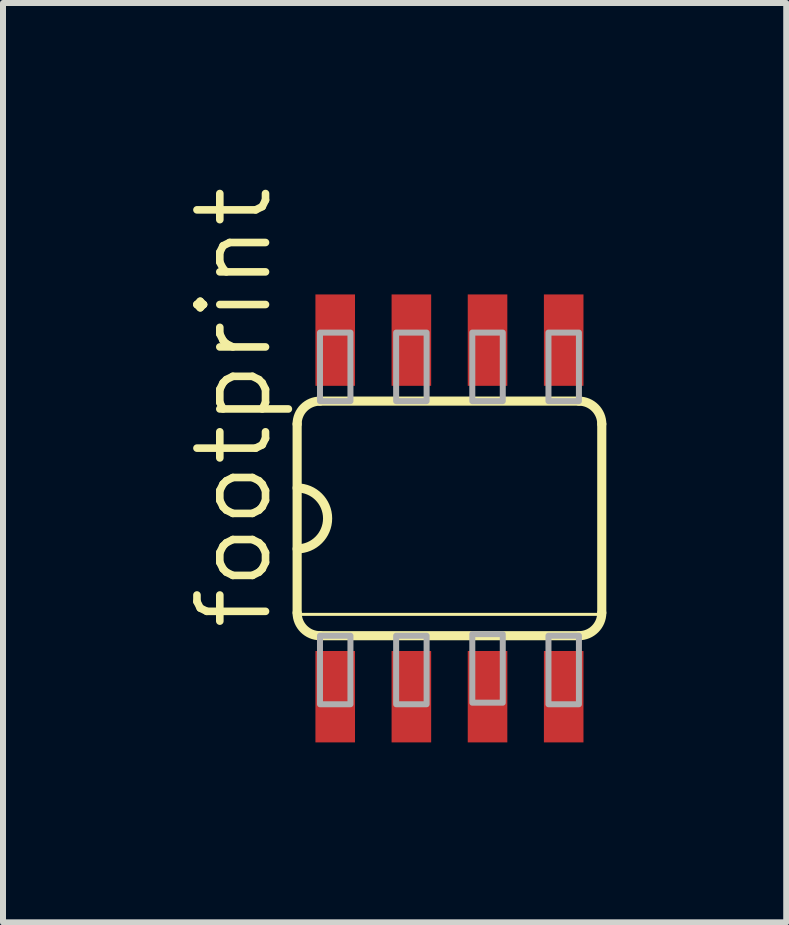
<source format=kicad_pcb>
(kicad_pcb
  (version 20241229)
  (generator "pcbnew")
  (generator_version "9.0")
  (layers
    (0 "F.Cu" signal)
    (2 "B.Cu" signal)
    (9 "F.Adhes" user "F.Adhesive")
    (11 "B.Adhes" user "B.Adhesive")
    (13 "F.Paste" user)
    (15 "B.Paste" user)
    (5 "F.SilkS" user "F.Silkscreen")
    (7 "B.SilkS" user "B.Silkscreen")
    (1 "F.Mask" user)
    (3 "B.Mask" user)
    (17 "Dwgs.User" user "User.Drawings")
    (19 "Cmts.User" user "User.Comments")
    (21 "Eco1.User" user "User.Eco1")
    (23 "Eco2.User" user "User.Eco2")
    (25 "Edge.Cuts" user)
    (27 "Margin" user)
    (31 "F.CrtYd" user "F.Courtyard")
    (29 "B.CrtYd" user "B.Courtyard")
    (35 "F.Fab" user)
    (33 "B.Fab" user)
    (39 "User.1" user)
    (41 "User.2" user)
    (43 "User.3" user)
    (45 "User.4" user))
  (footprint "footprint"
    (layer "F.Cu")
    (at 4.445 5.595)
    (property "Reference" "footprint" (at -2.921 1.905 90) (layer "F.SilkS") (effects (font (size 1.143 1.143) (thickness 0.127)) (justify left bottom)))
    (fp_line (start -2.54 -1.575) (end -2.54 1.575) (stroke (width 0.152) (type solid)) (layer "F.SilkS"))
    (fp_line (start -2.54 1.6) (end 2.54 1.6) (stroke (width 0.051) (type solid)) (layer "F.SilkS"))
    (fp_line (start -2.159 1.956) (end 2.159 1.956) (stroke (width 0.152) (type solid)) (layer "F.SilkS"))
    (fp_line (start 2.159 -1.956) (end -2.159 -1.956) (stroke (width 0.152) (type solid)) (layer "F.SilkS"))
    (fp_line (start 2.54 1.575) (end 2.54 -1.575) (stroke (width 0.152) (type solid)) (layer "F.SilkS"))
    (fp_arc (start -2.54 -1.5748) (mid -2.428408 -1.844208) (end -2.159 -1.9558) (stroke (width 0.1524) (type solid)) (layer "F.SilkS"))
    (fp_arc (start -2.54 -0.508) (mid -2.032 0) (end -2.54 0.508) (stroke (width 0.1524) (type solid)) (layer "F.SilkS"))
    (fp_arc (start -2.159 1.9558) (mid -2.428408 1.844208) (end -2.54 1.5748) (stroke (width 0.1524) (type solid)) (layer "F.SilkS"))
    (fp_arc (start 2.159 -1.9558) (mid 2.428408 -1.844208) (end 2.54 -1.5748) (stroke (width 0.1524) (type solid)) (layer "F.SilkS"))
    (fp_arc (start 2.54 1.5748) (mid 2.428408 1.844208) (end 2.159 1.9558) (stroke (width 0.1524) (type solid)) (layer "F.SilkS"))
    (fp_poly (pts (xy -2.159 -1.956) (xy -1.651 -1.956) (xy -1.651 -3.099) (xy -2.159 -3.099)) (stroke (width 0.1) (type solid)) (fill no) (layer "F.Fab"))
    (fp_poly (pts (xy -2.159 3.099) (xy -1.651 3.099) (xy -1.651 1.956) (xy -2.159 1.956)) (stroke (width 0.1) (type solid)) (fill no) (layer "F.Fab"))
    (fp_poly (pts (xy -0.889 -1.956) (xy -0.381 -1.956) (xy -0.381 -3.099) (xy -0.889 -3.099)) (stroke (width 0.1) (type solid)) (fill no) (layer "F.Fab"))
    (fp_poly (pts (xy -0.889 3.099) (xy -0.381 3.099) (xy -0.381 1.956) (xy -0.889 1.956)) (stroke (width 0.1) (type solid)) (fill no) (layer "F.Fab"))
    (fp_poly (pts (xy 0.381 -1.956) (xy 0.889 -1.956) (xy 0.889 -3.099) (xy 0.381 -3.099)) (stroke (width 0.1) (type solid)) (fill no) (layer "F.Fab"))
    (fp_poly (pts (xy 0.381 3.073) (xy 0.889 3.073) (xy 0.889 1.93) (xy 0.381 1.93)) (stroke (width 0.1) (type solid)) (fill no) (layer "F.Fab"))
    (fp_poly (pts (xy 1.651 -1.956) (xy 2.159 -1.956) (xy 2.159 -3.099) (xy 1.651 -3.099)) (stroke (width 0.1) (type solid)) (fill no) (layer "F.Fab"))
    (fp_poly (pts (xy 1.651 3.099) (xy 2.159 3.099) (xy 2.159 1.956) (xy 1.651 1.956)) (stroke (width 0.1) (type solid)) (fill no) (layer "F.Fab"))
    (pad "1" smd rect (at -1.905 2.973) (size 0.66 1.524) (layers "F.Cu" "F.Mask" "F.Paste"))
    (pad "2" smd rect (at -0.635 2.973) (size 0.66 1.524) (layers "F.Cu" "F.Mask" "F.Paste"))
    (pad "3" smd rect (at 0.635 2.973) (size 0.66 1.524) (layers "F.Cu" "F.Mask" "F.Paste"))
    (pad "4" smd rect (at 1.905 2.973) (size 0.66 1.524) (layers "F.Cu" "F.Mask" "F.Paste"))
    (pad "5" smd rect (at 1.905 -2.973) (size 0.66 1.524) (layers "F.Cu" "F.Mask" "F.Paste"))
    (pad "6" smd rect (at 0.635 -2.973) (size 0.66 1.524) (layers "F.Cu" "F.Mask" "F.Paste"))
    (pad "7" smd rect (at -0.635 -2.973) (size 0.66 1.524) (layers "F.Cu" "F.Mask" "F.Paste"))
    (pad "8" smd rect (at -1.905 -2.973) (size 0.66 1.524) (layers "F.Cu" "F.Mask" "F.Paste")))
  (gr_rect
    (start -3 -3)
    (end 10.061 12.331)
    (stroke (width 0.1) (type default))
    (fill no)
    (layer "Edge.Cuts")))
</source>
